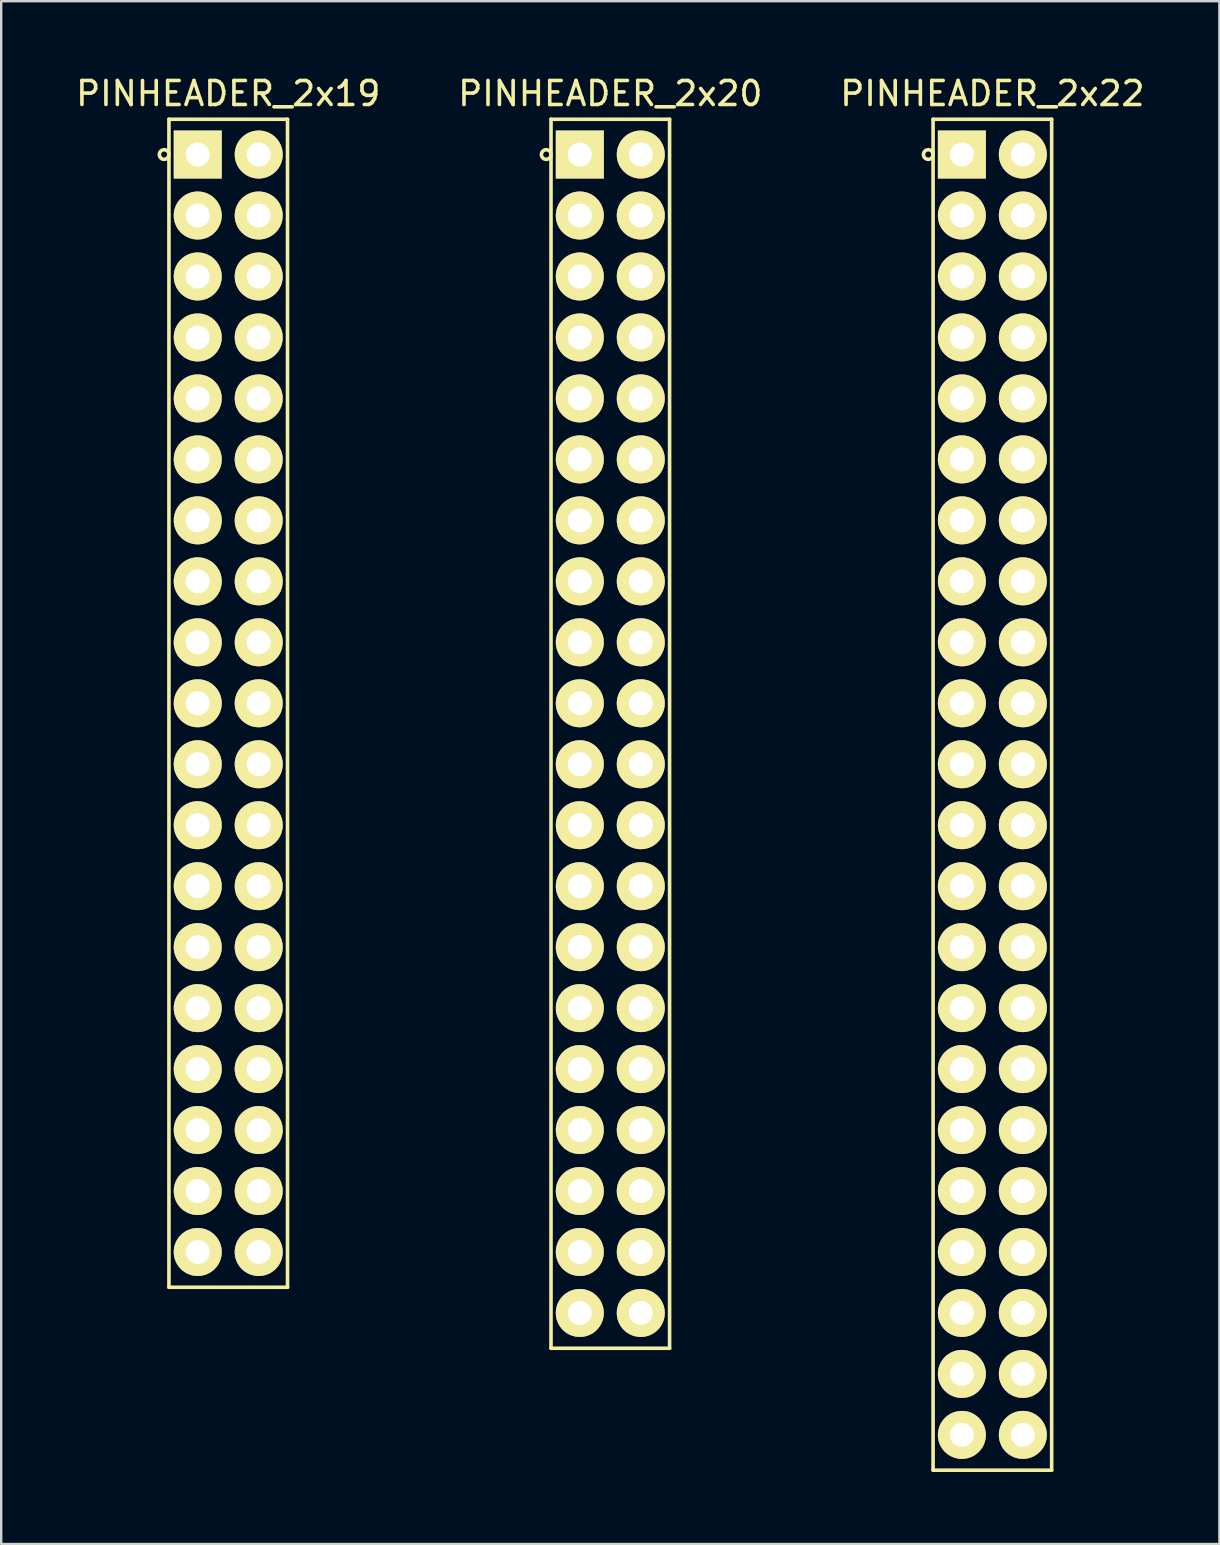
<source format=kicad_pcb>
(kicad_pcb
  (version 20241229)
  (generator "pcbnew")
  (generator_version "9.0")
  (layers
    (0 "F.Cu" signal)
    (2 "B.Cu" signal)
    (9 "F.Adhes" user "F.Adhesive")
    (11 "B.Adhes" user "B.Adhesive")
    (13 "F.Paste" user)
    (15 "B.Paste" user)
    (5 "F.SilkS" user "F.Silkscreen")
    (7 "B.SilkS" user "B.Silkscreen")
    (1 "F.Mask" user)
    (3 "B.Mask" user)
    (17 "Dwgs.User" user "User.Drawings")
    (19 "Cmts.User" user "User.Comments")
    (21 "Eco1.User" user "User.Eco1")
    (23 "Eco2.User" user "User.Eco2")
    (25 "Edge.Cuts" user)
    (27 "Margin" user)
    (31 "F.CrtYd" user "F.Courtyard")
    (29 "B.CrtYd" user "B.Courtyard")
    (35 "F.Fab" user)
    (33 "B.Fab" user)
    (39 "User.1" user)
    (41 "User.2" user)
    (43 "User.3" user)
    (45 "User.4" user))
  (footprint "PINHEADER_2x20"
    (layer "F.Cu")
    (at 21.105 3.388)
    (property "Reference" "PINHEADER_2x20" (at 1.27 -2.54 0) (layer "F.SilkS") (effects (font (size 1 1) (thickness 0.15))))
    (attr through_hole)
    (fp_line (start -1.2 -1.47) (end 3.74 -1.47) (stroke (width 0.15) (type solid)) (layer "F.SilkS"))
    (fp_line (start -1.2 49.73) (end -1.2 -1.47) (stroke (width 0.15) (type solid)) (layer "F.SilkS"))
    (fp_line (start 3.74 -1.47) (end 3.74 49.73) (stroke (width 0.15) (type solid)) (layer "F.SilkS"))
    (fp_line (start 3.74 49.73) (end -1.2 49.73) (stroke (width 0.15) (type solid)) (layer "F.SilkS"))
    (fp_circle (center -1.4 0) (end -1.4 0.2) (stroke (width 0.15) (type solid)) (fill no) (layer "F.SilkS"))
    (pad "1" thru_hole rect (at 0 0) (size 2 2) (drill 1) (layers "*.Cu" "*.Mask" "F.SilkS"))
    (pad "2" thru_hole circle (at 0 2.54) (size 2 2) (drill 1) (layers "*.Cu" "*.Mask" "F.SilkS"))
    (pad "3" thru_hole circle (at 0 5.08) (size 2 2) (drill 1) (layers "*.Cu" "*.Mask" "F.SilkS"))
    (pad "4" thru_hole circle (at 0 7.62) (size 2 2) (drill 1) (layers "*.Cu" "*.Mask" "F.SilkS"))
    (pad "5" thru_hole circle (at 0 10.16) (size 2 2) (drill 1) (layers "*.Cu" "*.Mask" "F.SilkS"))
    (pad "6" thru_hole circle (at 0 12.7) (size 2 2) (drill 1) (layers "*.Cu" "*.Mask" "F.SilkS"))
    (pad "7" thru_hole circle (at 0 15.24) (size 2 2) (drill 1) (layers "*.Cu" "*.Mask" "F.SilkS"))
    (pad "8" thru_hole circle (at 0 17.78) (size 2 2) (drill 1) (layers "*.Cu" "*.Mask" "F.SilkS"))
    (pad "9" thru_hole circle (at 0 20.32) (size 2 2) (drill 1) (layers "*.Cu" "*.Mask" "F.SilkS"))
    (pad "10" thru_hole circle (at 0 22.86) (size 2 2) (drill 1) (layers "*.Cu" "*.Mask" "F.SilkS"))
    (pad "11" thru_hole circle (at 0 25.4) (size 2 2) (drill 1) (layers "*.Cu" "*.Mask" "F.SilkS"))
    (pad "12" thru_hole circle (at 0 27.94) (size 2 2) (drill 1) (layers "*.Cu" "*.Mask" "F.SilkS"))
    (pad "13" thru_hole circle (at 0 30.48) (size 2 2) (drill 1) (layers "*.Cu" "*.Mask" "F.SilkS"))
    (pad "14" thru_hole circle (at 0 33.02) (size 2 2) (drill 1) (layers "*.Cu" "*.Mask" "F.SilkS"))
    (pad "15" thru_hole circle (at 0 35.56) (size 2 2) (drill 1) (layers "*.Cu" "*.Mask" "F.SilkS"))
    (pad "16" thru_hole circle (at 0 38.1) (size 2 2) (drill 1) (layers "*.Cu" "*.Mask" "F.SilkS"))
    (pad "17" thru_hole circle (at 0 40.64) (size 2 2) (drill 1) (layers "*.Cu" "*.Mask" "F.SilkS"))
    (pad "18" thru_hole circle (at 0 43.18) (size 2 2) (drill 1) (layers "*.Cu" "*.Mask" "F.SilkS"))
    (pad "19" thru_hole circle (at 0 45.72) (size 2 2) (drill 1) (layers "*.Cu" "*.Mask" "F.SilkS"))
    (pad "20" thru_hole circle (at 0 48.26) (size 2 2) (drill 1) (layers "*.Cu" "*.Mask" "F.SilkS"))
    (pad "21" thru_hole circle (at 2.54 48.26) (size 2 2) (drill 1) (layers "*.Cu" "*.Mask" "F.SilkS"))
    (pad "22" thru_hole circle (at 2.54 45.72) (size 2 2) (drill 1) (layers "*.Cu" "*.Mask" "F.SilkS"))
    (pad "23" thru_hole circle (at 2.54 43.18) (size 2 2) (drill 1) (layers "*.Cu" "*.Mask" "F.SilkS"))
    (pad "24" thru_hole circle (at 2.54 40.64) (size 2 2) (drill 1) (layers "*.Cu" "*.Mask" "F.SilkS"))
    (pad "25" thru_hole circle (at 2.54 38.1) (size 2 2) (drill 1) (layers "*.Cu" "*.Mask" "F.SilkS"))
    (pad "26" thru_hole circle (at 2.54 35.56) (size 2 2) (drill 1) (layers "*.Cu" "*.Mask" "F.SilkS"))
    (pad "27" thru_hole circle (at 2.54 33.02) (size 2 2) (drill 1) (layers "*.Cu" "*.Mask" "F.SilkS"))
    (pad "28" thru_hole circle (at 2.54 30.48) (size 2 2) (drill 1) (layers "*.Cu" "*.Mask" "F.SilkS"))
    (pad "29" thru_hole circle (at 2.54 27.94) (size 2 2) (drill 1) (layers "*.Cu" "*.Mask" "F.SilkS"))
    (pad "30" thru_hole circle (at 2.54 25.4) (size 2 2) (drill 1) (layers "*.Cu" "*.Mask" "F.SilkS"))
    (pad "31" thru_hole circle (at 2.54 22.86) (size 2 2) (drill 1) (layers "*.Cu" "*.Mask" "F.SilkS"))
    (pad "32" thru_hole circle (at 2.54 20.32) (size 2 2) (drill 1) (layers "*.Cu" "*.Mask" "F.SilkS"))
    (pad "33" thru_hole circle (at 2.54 17.78) (size 2 2) (drill 1) (layers "*.Cu" "*.Mask" "F.SilkS"))
    (pad "34" thru_hole circle (at 2.54 15.24) (size 2 2) (drill 1) (layers "*.Cu" "*.Mask" "F.SilkS"))
    (pad "35" thru_hole circle (at 2.54 12.7) (size 2 2) (drill 1) (layers "*.Cu" "*.Mask" "F.SilkS"))
    (pad "36" thru_hole circle (at 2.54 10.16) (size 2 2) (drill 1) (layers "*.Cu" "*.Mask" "F.SilkS"))
    (pad "37" thru_hole circle (at 2.54 7.62) (size 2 2) (drill 1) (layers "*.Cu" "*.Mask" "F.SilkS"))
    (pad "38" thru_hole circle (at 2.54 5.08) (size 2 2) (drill 1) (layers "*.Cu" "*.Mask" "F.SilkS"))
    (pad "39" thru_hole circle (at 2.54 2.54) (size 2 2) (drill 1) (layers "*.Cu" "*.Mask" "F.SilkS"))
    (pad "40" thru_hole circle (at 2.54 0) (size 2 2) (drill 1) (layers "*.Cu" "*.Mask" "F.SilkS")))
  (footprint "PINHEADER_2x19"
    (layer "F.Cu")
    (at 5.188 3.388)
    (property "Reference" "PINHEADER_2x19" (at 1.27 -2.54 0) (layer "F.SilkS") (effects (font (size 1 1) (thickness 0.15))))
    (attr through_hole)
    (fp_line (start -1.2 -1.47) (end 3.74 -1.47) (stroke (width 0.15) (type solid)) (layer "F.SilkS"))
    (fp_line (start -1.2 47.19) (end -1.2 -1.47) (stroke (width 0.15) (type solid)) (layer "F.SilkS"))
    (fp_line (start 3.74 -1.47) (end 3.74 47.19) (stroke (width 0.15) (type solid)) (layer "F.SilkS"))
    (fp_line (start 3.74 47.19) (end -1.2 47.19) (stroke (width 0.15) (type solid)) (layer "F.SilkS"))
    (fp_circle (center -1.4 0) (end -1.4 0.2) (stroke (width 0.15) (type solid)) (fill no) (layer "F.SilkS"))
    (pad "1" thru_hole rect (at 0 0) (size 2 2) (drill 1) (layers "*.Cu" "*.Mask" "F.SilkS"))
    (pad "2" thru_hole circle (at 0 2.54) (size 2 2) (drill 1) (layers "*.Cu" "*.Mask" "F.SilkS"))
    (pad "3" thru_hole circle (at 0 5.08) (size 2 2) (drill 1) (layers "*.Cu" "*.Mask" "F.SilkS"))
    (pad "4" thru_hole circle (at 0 7.62) (size 2 2) (drill 1) (layers "*.Cu" "*.Mask" "F.SilkS"))
    (pad "5" thru_hole circle (at 0 10.16) (size 2 2) (drill 1) (layers "*.Cu" "*.Mask" "F.SilkS"))
    (pad "6" thru_hole circle (at 0 12.7) (size 2 2) (drill 1) (layers "*.Cu" "*.Mask" "F.SilkS"))
    (pad "7" thru_hole circle (at 0 15.24) (size 2 2) (drill 1) (layers "*.Cu" "*.Mask" "F.SilkS"))
    (pad "8" thru_hole circle (at 0 17.78) (size 2 2) (drill 1) (layers "*.Cu" "*.Mask" "F.SilkS"))
    (pad "9" thru_hole circle (at 0 20.32) (size 2 2) (drill 1) (layers "*.Cu" "*.Mask" "F.SilkS"))
    (pad "10" thru_hole circle (at 0 22.86) (size 2 2) (drill 1) (layers "*.Cu" "*.Mask" "F.SilkS"))
    (pad "11" thru_hole circle (at 0 25.4) (size 2 2) (drill 1) (layers "*.Cu" "*.Mask" "F.SilkS"))
    (pad "12" thru_hole circle (at 0 27.94) (size 2 2) (drill 1) (layers "*.Cu" "*.Mask" "F.SilkS"))
    (pad "13" thru_hole circle (at 0 30.48) (size 2 2) (drill 1) (layers "*.Cu" "*.Mask" "F.SilkS"))
    (pad "14" thru_hole circle (at 0 33.02) (size 2 2) (drill 1) (layers "*.Cu" "*.Mask" "F.SilkS"))
    (pad "15" thru_hole circle (at 0 35.56) (size 2 2) (drill 1) (layers "*.Cu" "*.Mask" "F.SilkS"))
    (pad "16" thru_hole circle (at 0 38.1) (size 2 2) (drill 1) (layers "*.Cu" "*.Mask" "F.SilkS"))
    (pad "17" thru_hole circle (at 0 40.64) (size 2 2) (drill 1) (layers "*.Cu" "*.Mask" "F.SilkS"))
    (pad "18" thru_hole circle (at 0 43.18) (size 2 2) (drill 1) (layers "*.Cu" "*.Mask" "F.SilkS"))
    (pad "19" thru_hole circle (at 0 45.72) (size 2 2) (drill 1) (layers "*.Cu" "*.Mask" "F.SilkS"))
    (pad "20" thru_hole circle (at 2.54 45.72) (size 2 2) (drill 1) (layers "*.Cu" "*.Mask" "F.SilkS"))
    (pad "21" thru_hole circle (at 2.54 43.18) (size 2 2) (drill 1) (layers "*.Cu" "*.Mask" "F.SilkS"))
    (pad "22" thru_hole circle (at 2.54 40.64) (size 2 2) (drill 1) (layers "*.Cu" "*.Mask" "F.SilkS"))
    (pad "23" thru_hole circle (at 2.54 38.1) (size 2 2) (drill 1) (layers "*.Cu" "*.Mask" "F.SilkS"))
    (pad "24" thru_hole circle (at 2.54 35.56) (size 2 2) (drill 1) (layers "*.Cu" "*.Mask" "F.SilkS"))
    (pad "25" thru_hole circle (at 2.54 33.02) (size 2 2) (drill 1) (layers "*.Cu" "*.Mask" "F.SilkS"))
    (pad "26" thru_hole circle (at 2.54 30.48) (size 2 2) (drill 1) (layers "*.Cu" "*.Mask" "F.SilkS"))
    (pad "27" thru_hole circle (at 2.54 27.94) (size 2 2) (drill 1) (layers "*.Cu" "*.Mask" "F.SilkS"))
    (pad "28" thru_hole circle (at 2.54 25.4) (size 2 2) (drill 1) (layers "*.Cu" "*.Mask" "F.SilkS"))
    (pad "29" thru_hole circle (at 2.54 22.86) (size 2 2) (drill 1) (layers "*.Cu" "*.Mask" "F.SilkS"))
    (pad "30" thru_hole circle (at 2.54 20.32) (size 2 2) (drill 1) (layers "*.Cu" "*.Mask" "F.SilkS"))
    (pad "31" thru_hole circle (at 2.54 17.78) (size 2 2) (drill 1) (layers "*.Cu" "*.Mask" "F.SilkS"))
    (pad "32" thru_hole circle (at 2.54 15.24) (size 2 2) (drill 1) (layers "*.Cu" "*.Mask" "F.SilkS"))
    (pad "33" thru_hole circle (at 2.54 12.7) (size 2 2) (drill 1) (layers "*.Cu" "*.Mask" "F.SilkS"))
    (pad "34" thru_hole circle (at 2.54 10.16) (size 2 2) (drill 1) (layers "*.Cu" "*.Mask" "F.SilkS"))
    (pad "35" thru_hole circle (at 2.54 7.62) (size 2 2) (drill 1) (layers "*.Cu" "*.Mask" "F.SilkS"))
    (pad "36" thru_hole circle (at 2.54 5.08) (size 2 2) (drill 1) (layers "*.Cu" "*.Mask" "F.SilkS"))
    (pad "37" thru_hole circle (at 2.54 2.54) (size 2 2) (drill 1) (layers "*.Cu" "*.Mask" "F.SilkS"))
    (pad "38" thru_hole circle (at 2.54 0) (size 2 2) (drill 1) (layers "*.Cu" "*.Mask" "F.SilkS")))
  (footprint "PINHEADER_2x22"
    (layer "F.Cu")
    (at 37.022 3.388)
    (property "Reference" "PINHEADER_2x22" (at 1.27 -2.54 0) (layer "F.SilkS") (effects (font (size 1 1) (thickness 0.15))))
    (attr through_hole)
    (fp_line (start -1.2 -1.47) (end 3.74 -1.47) (stroke (width 0.15) (type solid)) (layer "F.SilkS"))
    (fp_line (start -1.2 54.81) (end -1.2 -1.47) (stroke (width 0.15) (type solid)) (layer "F.SilkS"))
    (fp_line (start 3.74 -1.47) (end 3.74 54.81) (stroke (width 0.15) (type solid)) (layer "F.SilkS"))
    (fp_line (start 3.74 54.81) (end -1.2 54.81) (stroke (width 0.15) (type solid)) (layer "F.SilkS"))
    (fp_circle (center -1.4 0) (end -1.4 0.2) (stroke (width 0.15) (type solid)) (fill no) (layer "F.SilkS"))
    (pad "1" thru_hole rect (at 0 0) (size 2 2) (drill 1) (layers "*.Cu" "*.Mask" "F.SilkS"))
    (pad "2" thru_hole circle (at 0 2.54) (size 2 2) (drill 1) (layers "*.Cu" "*.Mask" "F.SilkS"))
    (pad "3" thru_hole circle (at 0 5.08) (size 2 2) (drill 1) (layers "*.Cu" "*.Mask" "F.SilkS"))
    (pad "4" thru_hole circle (at 0 7.62) (size 2 2) (drill 1) (layers "*.Cu" "*.Mask" "F.SilkS"))
    (pad "5" thru_hole circle (at 0 10.16) (size 2 2) (drill 1) (layers "*.Cu" "*.Mask" "F.SilkS"))
    (pad "6" thru_hole circle (at 0 12.7) (size 2 2) (drill 1) (layers "*.Cu" "*.Mask" "F.SilkS"))
    (pad "7" thru_hole circle (at 0 15.24) (size 2 2) (drill 1) (layers "*.Cu" "*.Mask" "F.SilkS"))
    (pad "8" thru_hole circle (at 0 17.78) (size 2 2) (drill 1) (layers "*.Cu" "*.Mask" "F.SilkS"))
    (pad "9" thru_hole circle (at 0 20.32) (size 2 2) (drill 1) (layers "*.Cu" "*.Mask" "F.SilkS"))
    (pad "10" thru_hole circle (at 0 22.86) (size 2 2) (drill 1) (layers "*.Cu" "*.Mask" "F.SilkS"))
    (pad "11" thru_hole circle (at 0 25.4) (size 2 2) (drill 1) (layers "*.Cu" "*.Mask" "F.SilkS"))
    (pad "12" thru_hole circle (at 0 27.94) (size 2 2) (drill 1) (layers "*.Cu" "*.Mask" "F.SilkS"))
    (pad "13" thru_hole circle (at 0 30.48) (size 2 2) (drill 1) (layers "*.Cu" "*.Mask" "F.SilkS"))
    (pad "14" thru_hole circle (at 0 33.02) (size 2 2) (drill 1) (layers "*.Cu" "*.Mask" "F.SilkS"))
    (pad "15" thru_hole circle (at 0 35.56) (size 2 2) (drill 1) (layers "*.Cu" "*.Mask" "F.SilkS"))
    (pad "16" thru_hole circle (at 0 38.1) (size 2 2) (drill 1) (layers "*.Cu" "*.Mask" "F.SilkS"))
    (pad "17" thru_hole circle (at 0 40.64) (size 2 2) (drill 1) (layers "*.Cu" "*.Mask" "F.SilkS"))
    (pad "18" thru_hole circle (at 0 43.18) (size 2 2) (drill 1) (layers "*.Cu" "*.Mask" "F.SilkS"))
    (pad "19" thru_hole circle (at 0 45.72) (size 2 2) (drill 1) (layers "*.Cu" "*.Mask" "F.SilkS"))
    (pad "20" thru_hole circle (at 0 48.26) (size 2 2) (drill 1) (layers "*.Cu" "*.Mask" "F.SilkS"))
    (pad "21" thru_hole circle (at 0 50.8) (size 2 2) (drill 1) (layers "*.Cu" "*.Mask" "F.SilkS"))
    (pad "22" thru_hole circle (at 0 53.34) (size 2 2) (drill 1) (layers "*.Cu" "*.Mask" "F.SilkS"))
    (pad "23" thru_hole circle (at 2.54 53.34) (size 2 2) (drill 1) (layers "*.Cu" "*.Mask" "F.SilkS"))
    (pad "24" thru_hole circle (at 2.54 50.8) (size 2 2) (drill 1) (layers "*.Cu" "*.Mask" "F.SilkS"))
    (pad "25" thru_hole circle (at 2.54 48.26) (size 2 2) (drill 1) (layers "*.Cu" "*.Mask" "F.SilkS"))
    (pad "26" thru_hole circle (at 2.54 45.72) (size 2 2) (drill 1) (layers "*.Cu" "*.Mask" "F.SilkS"))
    (pad "27" thru_hole circle (at 2.54 43.18) (size 2 2) (drill 1) (layers "*.Cu" "*.Mask" "F.SilkS"))
    (pad "28" thru_hole circle (at 2.54 40.64) (size 2 2) (drill 1) (layers "*.Cu" "*.Mask" "F.SilkS"))
    (pad "29" thru_hole circle (at 2.54 38.1) (size 2 2) (drill 1) (layers "*.Cu" "*.Mask" "F.SilkS"))
    (pad "30" thru_hole circle (at 2.54 35.56) (size 2 2) (drill 1) (layers "*.Cu" "*.Mask" "F.SilkS"))
    (pad "31" thru_hole circle (at 2.54 33.02) (size 2 2) (drill 1) (layers "*.Cu" "*.Mask" "F.SilkS"))
    (pad "32" thru_hole circle (at 2.54 30.48) (size 2 2) (drill 1) (layers "*.Cu" "*.Mask" "F.SilkS"))
    (pad "33" thru_hole circle (at 2.54 27.94) (size 2 2) (drill 1) (layers "*.Cu" "*.Mask" "F.SilkS"))
    (pad "34" thru_hole circle (at 2.54 25.4) (size 2 2) (drill 1) (layers "*.Cu" "*.Mask" "F.SilkS"))
    (pad "35" thru_hole circle (at 2.54 22.86) (size 2 2) (drill 1) (layers "*.Cu" "*.Mask" "F.SilkS"))
    (pad "36" thru_hole circle (at 2.54 20.32) (size 2 2) (drill 1) (layers "*.Cu" "*.Mask" "F.SilkS"))
    (pad "37" thru_hole circle (at 2.54 17.78) (size 2 2) (drill 1) (layers "*.Cu" "*.Mask" "F.SilkS"))
    (pad "38" thru_hole circle (at 2.54 15.24) (size 2 2) (drill 1) (layers "*.Cu" "*.Mask" "F.SilkS"))
    (pad "39" thru_hole circle (at 2.54 12.7) (size 2 2) (drill 1) (layers "*.Cu" "*.Mask" "F.SilkS"))
    (pad "40" thru_hole circle (at 2.54 10.16) (size 2 2) (drill 1) (layers "*.Cu" "*.Mask" "F.SilkS"))
    (pad "41" thru_hole circle (at 2.54 7.62) (size 2 2) (drill 1) (layers "*.Cu" "*.Mask" "F.SilkS"))
    (pad "42" thru_hole circle (at 2.54 5.08) (size 2 2) (drill 1) (layers "*.Cu" "*.Mask" "F.SilkS"))
    (pad "43" thru_hole circle (at 2.54 2.54) (size 2 2) (drill 1) (layers "*.Cu" "*.Mask" "F.SilkS"))
    (pad "44" thru_hole circle (at 2.54 0) (size 2 2) (drill 1) (layers "*.Cu" "*.Mask" "F.SilkS")))
  (gr_rect
    (start -3 -3)
    (end 47.75 61.273)
    (stroke (width 0.1) (type default))
    (fill no)
    (layer "Edge.Cuts")))
</source>
